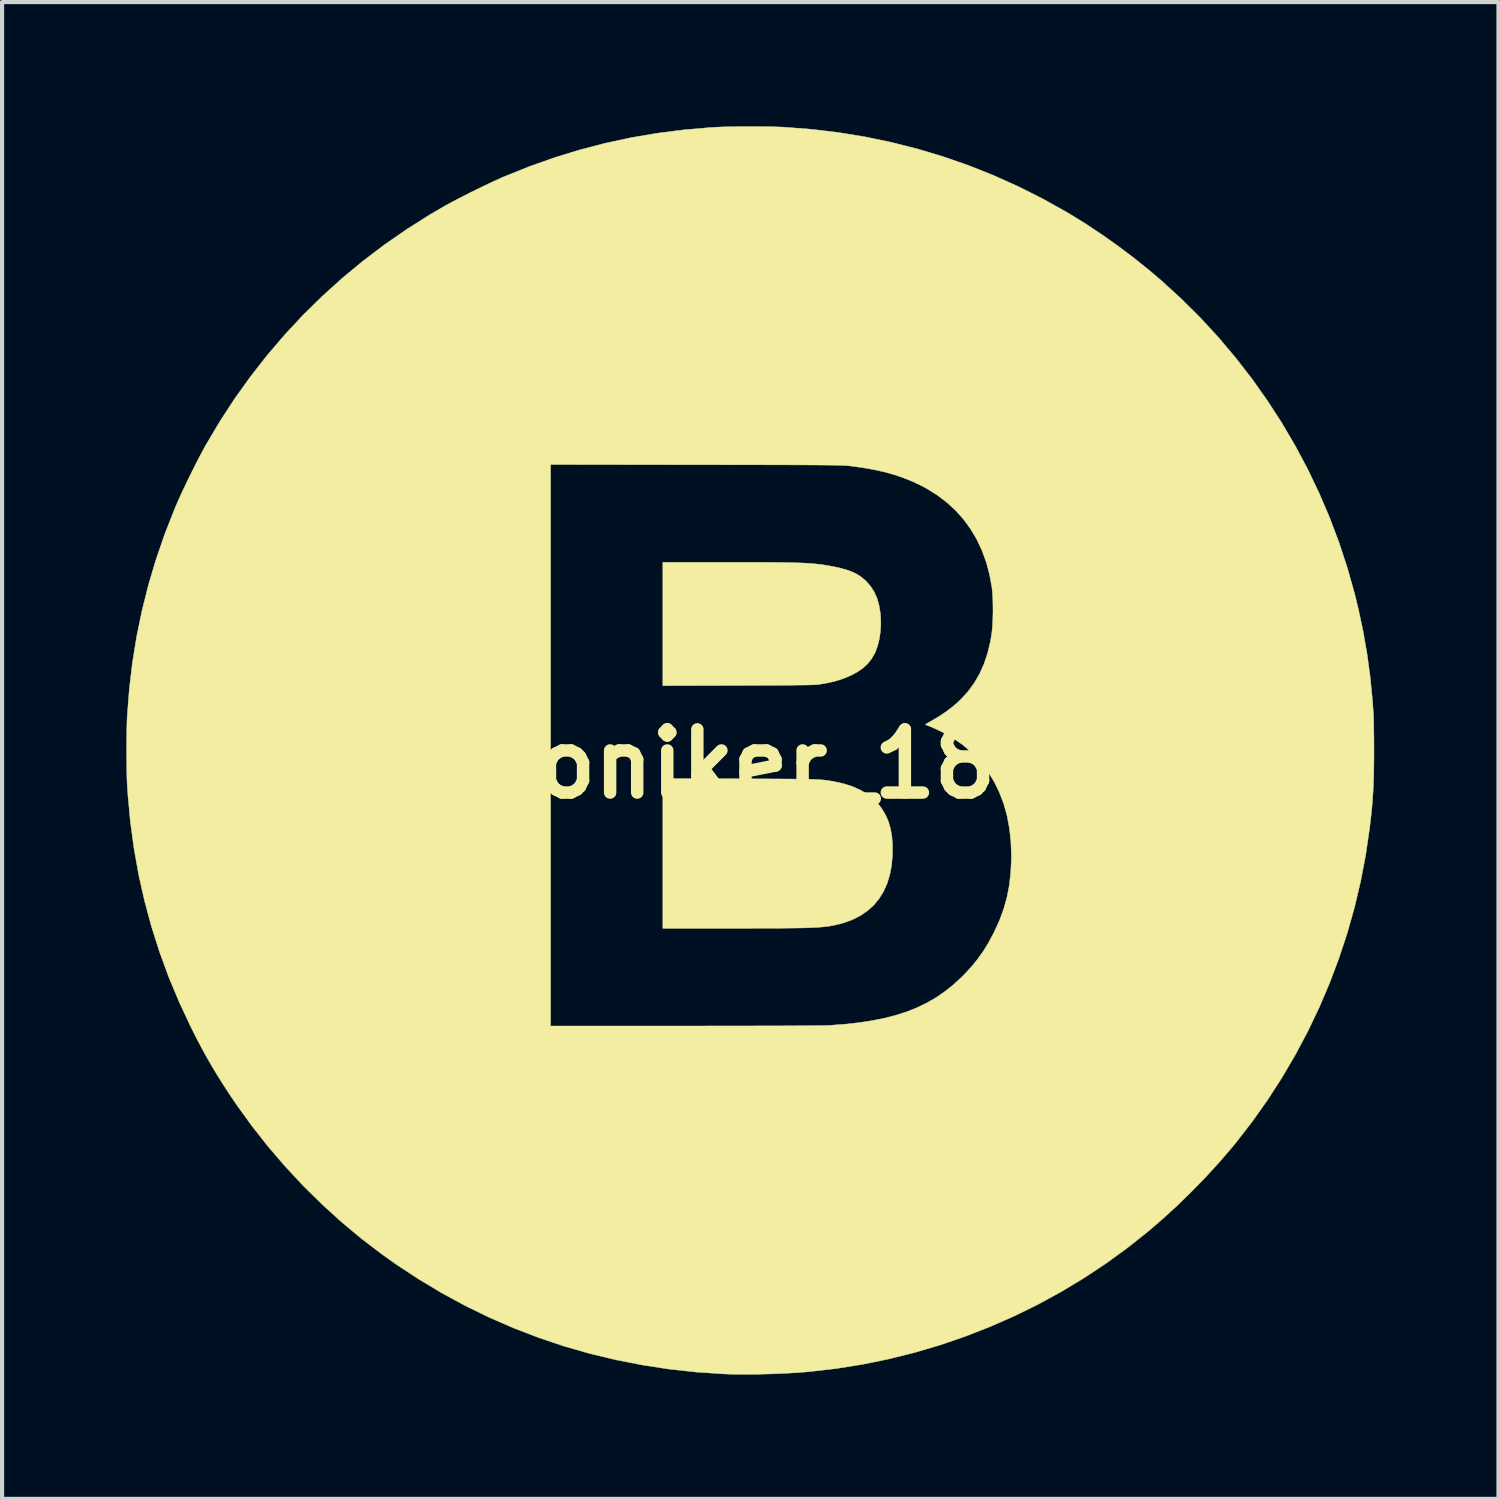
<source format=kicad_pcb>
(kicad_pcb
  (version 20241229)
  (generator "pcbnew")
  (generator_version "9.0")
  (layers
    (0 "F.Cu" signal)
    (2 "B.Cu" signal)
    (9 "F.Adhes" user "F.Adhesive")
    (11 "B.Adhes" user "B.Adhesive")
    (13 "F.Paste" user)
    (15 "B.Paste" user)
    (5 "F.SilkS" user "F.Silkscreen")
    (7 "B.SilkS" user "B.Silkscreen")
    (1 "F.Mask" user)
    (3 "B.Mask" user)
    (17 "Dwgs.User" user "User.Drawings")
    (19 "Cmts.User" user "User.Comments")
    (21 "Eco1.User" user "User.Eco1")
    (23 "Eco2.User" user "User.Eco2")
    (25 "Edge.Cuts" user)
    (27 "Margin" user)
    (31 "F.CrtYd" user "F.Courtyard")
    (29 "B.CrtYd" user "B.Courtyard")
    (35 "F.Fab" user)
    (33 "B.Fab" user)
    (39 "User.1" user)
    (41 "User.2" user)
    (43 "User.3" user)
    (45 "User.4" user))
  (footprint "CBP_Moniker_1800DPI"
    (layer "F.Cu")
    (at 15.047 15.385)
    (property "Reference" "CBP_Moniker_1800DPI" (at 0 0 0) (layer "F.SilkS") (effects (font (size 1.524 1.524) (thickness 0.3))))
    (attr through_hole)
    (fp_poly (pts (xy -0.554 -4.868) (xy -0.268 -4.868) (xy -0.009 -4.868) (xy 0.225 -4.867) (xy 0.437 -4.866) (xy 0.627 -4.864) (xy 0.798 -4.862) (xy 0.952 -4.859) (xy 1.09 -4.856) (xy 1.213 -4.852) (xy 1.325 -4.847) (xy 1.426 -4.841) (xy 1.518 -4.834) (xy 1.603 -4.826) (xy 1.683 -4.817) (xy 1.76 -4.807) (xy 1.835 -4.795) (xy 1.91 -4.782) (xy 1.987 -4.768) (xy 2.018 -4.762) (xy 2.192 -4.724) (xy 2.342 -4.681) (xy 2.472 -4.633) (xy 2.585 -4.577) (xy 2.686 -4.511) (xy 2.779 -4.433) (xy 2.809 -4.404) (xy 2.914 -4.283) (xy 2.999 -4.15) (xy 3.065 -4.001) (xy 3.113 -3.835) (xy 3.144 -3.65) (xy 3.155 -3.514) (xy 3.157 -3.342) (xy 3.144 -3.169) (xy 3.117 -3) (xy 3.078 -2.844) (xy 3.027 -2.706) (xy 3.013 -2.675) (xy 2.935 -2.539) (xy 2.84 -2.419) (xy 2.724 -2.313) (xy 2.587 -2.219) (xy 2.462 -2.151) (xy 2.329 -2.091) (xy 2.193 -2.04) (xy 2.049 -1.997) (xy 1.891 -1.96) (xy 1.712 -1.928) (xy 1.644 -1.917) (xy 1.616 -1.914) (xy 1.571 -1.912) (xy 1.507 -1.909) (xy 1.423 -1.907) (xy 1.32 -1.905) (xy 1.194 -1.904) (xy 1.047 -1.902) (xy 0.876 -1.9) (xy 0.682 -1.899) (xy 0.463 -1.898) (xy 0.218 -1.897) (xy -0.054 -1.896) (xy -0.286 -1.895) (xy -2.103 -1.89) (xy -2.103 -4.868) (xy -0.554 -4.868)) (stroke (width 0.01) (type solid)) (fill yes) (layer "F.SilkS"))
    (fp_poly (pts (xy -0.25 0.357) (xy 0.022 0.358) (xy 0.268 0.359) (xy 0.49 0.36) (xy 0.688 0.361) (xy 0.864 0.362) (xy 1.02 0.363) (xy 1.158 0.364) (xy 1.279 0.366) (xy 1.385 0.368) (xy 1.478 0.37) (xy 1.559 0.373) (xy 1.63 0.376) (xy 1.692 0.38) (xy 1.747 0.384) (xy 1.797 0.389) (xy 1.843 0.394) (xy 1.888 0.4) (xy 1.932 0.407) (xy 1.978 0.415) (xy 2.025 0.423) (xy 2.264 0.476) (xy 2.48 0.546) (xy 2.675 0.634) (xy 2.848 0.74) (xy 2.999 0.863) (xy 3.127 1.004) (xy 3.186 1.085) (xy 3.274 1.234) (xy 3.342 1.391) (xy 3.391 1.559) (xy 3.423 1.744) (xy 3.439 1.94) (xy 3.438 2.203) (xy 3.417 2.448) (xy 3.373 2.675) (xy 3.309 2.885) (xy 3.223 3.076) (xy 3.116 3.249) (xy 2.989 3.403) (xy 2.84 3.539) (xy 2.672 3.655) (xy 2.482 3.752) (xy 2.273 3.83) (xy 2.166 3.86) (xy 2.108 3.874) (xy 2.052 3.887) (xy 1.995 3.898) (xy 1.937 3.909) (xy 1.875 3.918) (xy 1.808 3.926) (xy 1.734 3.934) (xy 1.652 3.94) (xy 1.559 3.945) (xy 1.456 3.95) (xy 1.339 3.954) (xy 1.208 3.957) (xy 1.06 3.959) (xy 0.894 3.961) (xy 0.709 3.963) (xy 0.503 3.964) (xy 0.274 3.964) (xy 0.021 3.965) (xy -0.258 3.965) (xy -0.392 3.965) (xy -2.103 3.965) (xy -2.103 0.351) (xy -0.25 0.357)) (stroke (width 0.01) (type solid)) (fill yes) (layer "F.SilkS"))
    (fp_poly (pts (xy 0.193 -15.38) (xy 0.353 -15.379) (xy 0.504 -15.377) (xy 0.639 -15.374) (xy 0.755 -15.37) (xy 0.834 -15.366) (xy 1.491 -15.315) (xy 2.142 -15.237) (xy 2.785 -15.132) (xy 3.421 -14.999) (xy 4.049 -14.84) (xy 4.668 -14.654) (xy 5.279 -14.441) (xy 5.88 -14.202) (xy 6.472 -13.936) (xy 7.053 -13.644) (xy 7.624 -13.326) (xy 7.747 -13.253) (xy 8.124 -13.019) (xy 8.507 -12.764) (xy 8.889 -12.493) (xy 9.264 -12.21) (xy 9.626 -11.92) (xy 9.929 -11.662) (xy 10.408 -11.224) (xy 10.867 -10.768) (xy 11.304 -10.293) (xy 11.72 -9.8) (xy 12.114 -9.292) (xy 12.485 -8.768) (xy 12.834 -8.229) (xy 13.159 -7.675) (xy 13.46 -7.109) (xy 13.737 -6.53) (xy 13.989 -5.94) (xy 14.216 -5.339) (xy 14.416 -4.727) (xy 14.591 -4.107) (xy 14.682 -3.732) (xy 14.797 -3.191) (xy 14.891 -2.65) (xy 14.965 -2.103) (xy 15.02 -1.544) (xy 15.042 -1.235) (xy 15.045 -1.174) (xy 15.048 -1.088) (xy 15.05 -0.982) (xy 15.053 -0.861) (xy 15.054 -0.727) (xy 15.056 -0.586) (xy 15.056 -0.44) (xy 15.057 -0.332) (xy 15.056 -0.09) (xy 15.053 0.128) (xy 15.049 0.328) (xy 15.043 0.514) (xy 15.034 0.691) (xy 15.022 0.864) (xy 15.008 1.039) (xy 14.99 1.219) (xy 14.968 1.411) (xy 14.949 1.566) (xy 14.856 2.202) (xy 14.735 2.833) (xy 14.588 3.457) (xy 14.414 4.075) (xy 14.213 4.684) (xy 13.987 5.284) (xy 13.736 5.874) (xy 13.46 6.452) (xy 13.159 7.018) (xy 12.835 7.571) (xy 12.487 8.11) (xy 12.116 8.633) (xy 11.723 9.14) (xy 11.615 9.271) (xy 11.312 9.623) (xy 10.987 9.977) (xy 10.647 10.326) (xy 10.298 10.666) (xy 9.944 10.989) (xy 9.61 11.276) (xy 9.107 11.676) (xy 8.588 12.053) (xy 8.054 12.407) (xy 7.505 12.737) (xy 6.943 13.044) (xy 6.368 13.326) (xy 5.781 13.583) (xy 5.185 13.816) (xy 4.579 14.023) (xy 3.964 14.204) (xy 3.342 14.359) (xy 2.713 14.488) (xy 2.078 14.589) (xy 1.439 14.662) (xy 1.376 14.668) (xy 1.165 14.685) (xy 0.936 14.699) (xy 0.697 14.71) (xy 0.451 14.719) (xy 0.205 14.725) (xy -0.034 14.728) (xy -0.262 14.727) (xy -0.473 14.724) (xy -0.624 14.718) (xy -1.288 14.674) (xy -1.943 14.603) (xy -2.591 14.504) (xy -3.23 14.379) (xy -3.86 14.228) (xy -4.481 14.05) (xy -5.092 13.845) (xy -5.694 13.614) (xy -6.286 13.357) (xy -6.867 13.074) (xy -7.437 12.765) (xy -7.997 12.429) (xy -8.544 12.069) (xy -8.886 11.826) (xy -9.381 11.448) (xy -9.863 11.046) (xy -10.329 10.622) (xy -10.78 10.178) (xy -11.212 9.714) (xy -11.625 9.233) (xy -12.016 8.737) (xy -12.384 8.228) (xy -12.537 8.003) (xy -12.694 7.762) (xy -12.838 7.534) (xy -12.971 7.314) (xy -13.098 7.094) (xy -13.222 6.869) (xy -13.348 6.63) (xy -13.478 6.373) (xy -13.496 6.336) (xy -13.503 6.322) (xy -4.812 6.322) (xy -1.563 6.322) (xy -1.187 6.322) (xy -0.83 6.321) (xy -0.491 6.321) (xy -0.17 6.321) (xy 0.13 6.32) (xy 0.41 6.319) (xy 0.669 6.319) (xy 0.906 6.318) (xy 1.12 6.317) (xy 1.31 6.316) (xy 1.477 6.314) (xy 1.619 6.313) (xy 1.735 6.312) (xy 1.826 6.31) (xy 1.889 6.309) (xy 1.919 6.307) (xy 2.288 6.279) (xy 2.632 6.241) (xy 2.952 6.192) (xy 3.252 6.132) (xy 3.532 6.059) (xy 3.794 5.974) (xy 4.04 5.875) (xy 4.272 5.763) (xy 4.492 5.635) (xy 4.7 5.492) (xy 4.9 5.333) (xy 5.093 5.157) (xy 5.186 5.063) (xy 5.35 4.885) (xy 5.496 4.705) (xy 5.629 4.518) (xy 5.753 4.317) (xy 5.872 4.096) (xy 5.905 4.029) (xy 6.026 3.76) (xy 6.124 3.492) (xy 6.2 3.22) (xy 6.255 2.939) (xy 6.29 2.646) (xy 6.306 2.337) (xy 6.308 2.217) (xy 6.296 1.879) (xy 6.261 1.558) (xy 6.204 1.252) (xy 6.123 0.962) (xy 6.019 0.688) (xy 5.892 0.428) (xy 5.741 0.182) (xy 5.623 0.021) (xy 5.558 -0.056) (xy 5.477 -0.143) (xy 5.386 -0.235) (xy 5.291 -0.325) (xy 5.199 -0.407) (xy 5.116 -0.475) (xy 5.113 -0.477) (xy 4.955 -0.587) (xy 4.778 -0.695) (xy 4.592 -0.794) (xy 4.407 -0.88) (xy 4.35 -0.903) (xy 4.298 -0.924) (xy 4.258 -0.941) (xy 4.236 -0.951) (xy 4.233 -0.953) (xy 4.245 -0.962) (xy 4.276 -0.981) (xy 4.322 -1.007) (xy 4.364 -1.031) (xy 4.562 -1.148) (xy 4.737 -1.265) (xy 4.895 -1.386) (xy 5.041 -1.514) (xy 5.108 -1.58) (xy 5.273 -1.764) (xy 5.417 -1.963) (xy 5.541 -2.179) (xy 5.646 -2.412) (xy 5.731 -2.664) (xy 5.797 -2.936) (xy 5.83 -3.123) (xy 5.843 -3.232) (xy 5.854 -3.363) (xy 5.86 -3.509) (xy 5.864 -3.662) (xy 5.863 -3.817) (xy 5.86 -3.967) (xy 5.853 -4.104) (xy 5.842 -4.223) (xy 5.837 -4.262) (xy 5.78 -4.575) (xy 5.7 -4.873) (xy 5.597 -5.155) (xy 5.472 -5.421) (xy 5.324 -5.67) (xy 5.155 -5.902) (xy 4.964 -6.116) (xy 4.752 -6.311) (xy 4.519 -6.488) (xy 4.265 -6.646) (xy 4.135 -6.716) (xy 3.921 -6.817) (xy 3.703 -6.905) (xy 3.476 -6.982) (xy 3.238 -7.048) (xy 2.983 -7.104) (xy 2.709 -7.152) (xy 2.413 -7.192) (xy 2.39 -7.195) (xy 2.364 -7.197) (xy 2.335 -7.2) (xy 2.302 -7.202) (xy 2.263 -7.204) (xy 2.218 -7.205) (xy 2.165 -7.207) (xy 2.103 -7.209) (xy 2.032 -7.21) (xy 1.95 -7.211) (xy 1.855 -7.212) (xy 1.748 -7.213) (xy 1.626 -7.214) (xy 1.489 -7.215) (xy 1.336 -7.216) (xy 1.165 -7.217) (xy 0.976 -7.217) (xy 0.767 -7.218) (xy 0.538 -7.218) (xy 0.287 -7.219) (xy 0.013 -7.219) (xy -0.286 -7.22) (xy -0.609 -7.22) (xy -0.958 -7.221) (xy -1.302 -7.221) (xy -4.812 -7.226) (xy -4.812 6.322) (xy -13.503 6.322) (xy -13.772 5.747) (xy -14.022 5.15) (xy -14.244 4.544) (xy -14.44 3.93) (xy -14.608 3.307) (xy -14.75 2.677) (xy -14.864 2.037) (xy -14.952 1.39) (xy -15.012 0.734) (xy -15.028 0.495) (xy -15.032 0.399) (xy -15.036 0.279) (xy -15.038 0.14) (xy -15.04 -0.012) (xy -15.041 -0.173) (xy -15.042 -0.339) (xy -15.041 -0.504) (xy -15.04 -0.664) (xy -15.038 -0.814) (xy -15.035 -0.949) (xy -15.032 -1.065) (xy -15.028 -1.143) (xy -14.978 -1.798) (xy -14.902 -2.442) (xy -14.799 -3.078) (xy -14.67 -3.705) (xy -14.514 -4.325) (xy -14.331 -4.939) (xy -14.121 -5.549) (xy -13.883 -6.155) (xy -13.836 -6.265) (xy -13.779 -6.395) (xy -13.711 -6.545) (xy -13.634 -6.708) (xy -13.552 -6.879) (xy -13.466 -7.053) (xy -13.38 -7.224) (xy -13.296 -7.388) (xy -13.217 -7.537) (xy -13.146 -7.668) (xy -13.129 -7.698) (xy -12.794 -8.263) (xy -12.436 -8.812) (xy -12.056 -9.343) (xy -11.655 -9.856) (xy -11.233 -10.35) (xy -10.791 -10.825) (xy -10.328 -11.28) (xy -9.847 -11.716) (xy -9.346 -12.131) (xy -8.827 -12.525) (xy -8.29 -12.897) (xy -7.736 -13.248) (xy -7.359 -13.468) (xy -7.234 -13.537) (xy -7.088 -13.614) (xy -6.928 -13.697) (xy -6.758 -13.783) (xy -6.584 -13.869) (xy -6.412 -13.952) (xy -6.246 -14.031) (xy -6.093 -14.101) (xy -5.958 -14.162) (xy -5.927 -14.175) (xy -5.324 -14.417) (xy -4.718 -14.632) (xy -4.109 -14.819) (xy -3.495 -14.979) (xy -2.874 -15.113) (xy -2.244 -15.22) (xy -1.606 -15.302) (xy -0.956 -15.358) (xy -0.804 -15.367) (xy -0.708 -15.371) (xy -0.589 -15.375) (xy -0.451 -15.377) (xy -0.299 -15.379) (xy -0.138 -15.38) (xy 0.028 -15.38) (xy 0.193 -15.38)) (stroke (width 0.01) (type solid)) (fill yes) (layer "F.SilkS")))
  (gr_rect
    (start -3 -3)
    (end 33.108 33.118)
    (stroke (width 0.1) (type default))
    (fill no)
    (layer "Edge.Cuts")))
</source>
